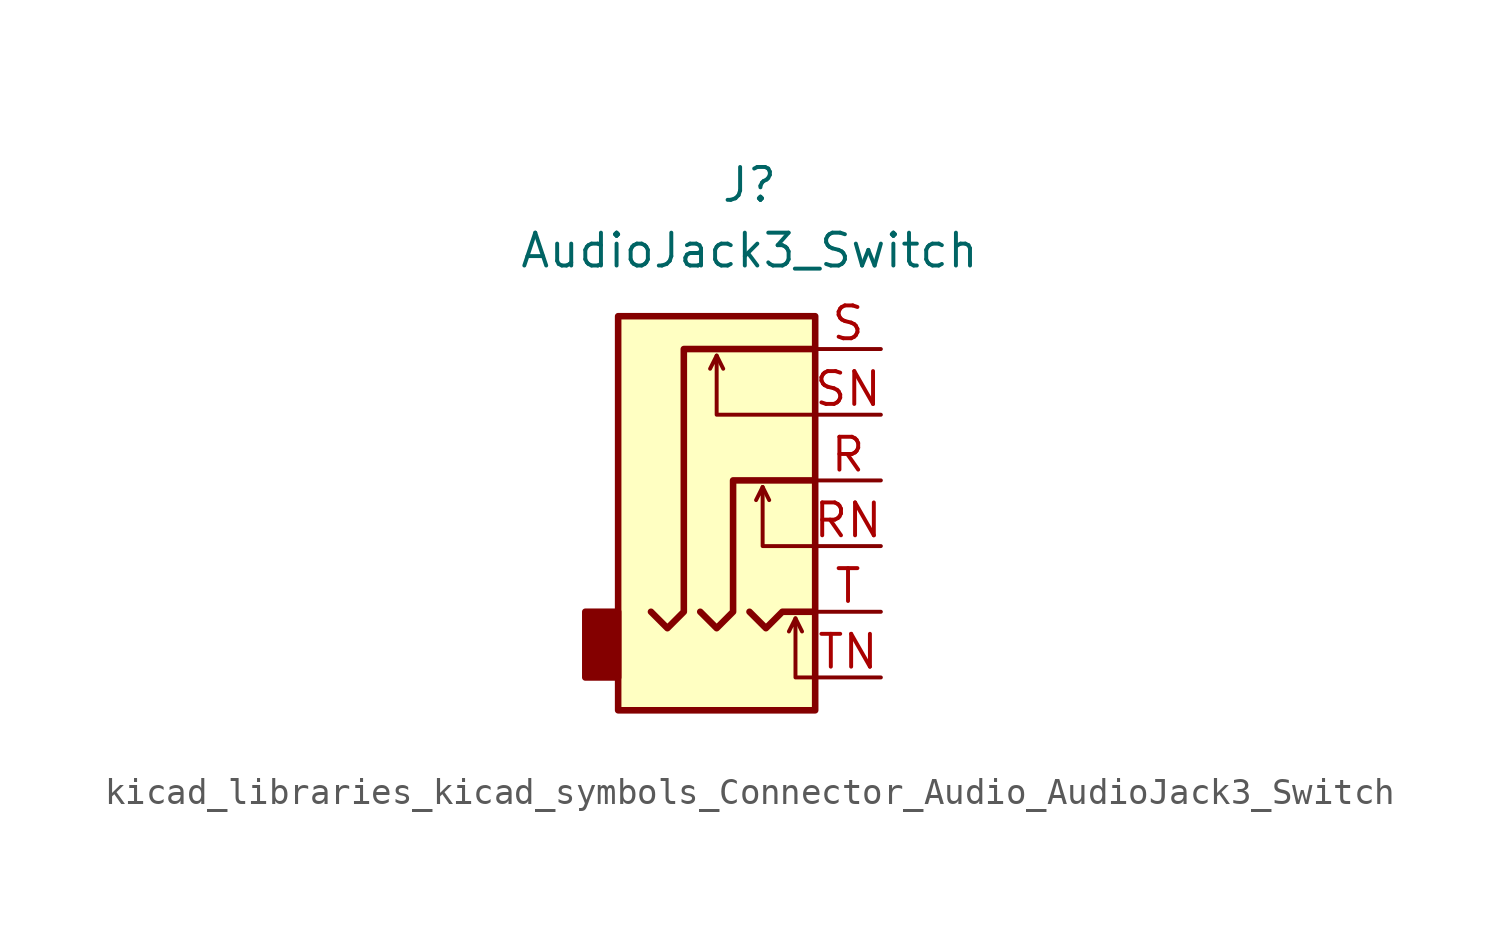
<source format=kicad_sym>
(kicad_symbol_lib
  (version 20220914)
  (generator kicad_symbol_editor)
  (symbol "kicad_libraries_kicad_symbols_Connector_Audio_AudioJack3_Switch"
    (property "Reference" "J"
      (at 0 11.43 0)
      (effects (font (size 1.27 1.27))))
    (property "Value" "AudioJack3_Switch"
      (at 0 8.89 0)
      (effects (font (size 1.27 1.27))))
    (symbol "kicad_libraries_kicad_symbols_Connector_Audio_AudioJack3_Switch_0_1"
      (rectangle (start -5.08 -5.08) (end -6.35 -7.62) (stroke (width 0.254) (type default)) (fill (type outline)))
      (polyline (pts (xy -1.27 4.826) (xy -1.016 4.318)) (stroke (width 0) (type default)) (fill (type none)))
      (polyline (pts (xy 0.508 -0.254) (xy 0.762 -0.762)) (stroke (width 0) (type default)) (fill (type none)))
      (polyline (pts (xy 1.778 -5.334) (xy 2.032 -5.842)) (stroke (width 0) (type default)) (fill (type none)))
      (polyline (pts (xy 0 -5.08) (xy 0.635 -5.715) (xy 1.27 -5.08) (xy 2.54 -5.08)) (stroke (width 0.254) (type default)) (fill (type none)))
      (polyline (pts (xy 2.54 -7.62) (xy 1.778 -7.62) (xy 1.778 -5.334) (xy 1.524 -5.842)) (stroke (width 0) (type default)) (fill (type none)))
      (polyline (pts (xy 2.54 -2.54) (xy 0.508 -2.54) (xy 0.508 -0.254) (xy 0.254 -0.762)) (stroke (width 0) (type default)) (fill (type none)))
      (polyline (pts (xy 2.54 2.54) (xy -1.27 2.54) (xy -1.27 4.826) (xy -1.524 4.318)) (stroke (width 0) (type default)) (fill (type none)))
      (polyline (pts (xy -1.905 -5.08) (xy -1.27 -5.715) (xy -0.635 -5.08) (xy -0.635 0) (xy 2.54 0)) (stroke (width 0.254) (type default)) (fill (type none)))
      (polyline (pts (xy 2.54 5.08) (xy -2.54 5.08) (xy -2.54 -5.08) (xy -3.175 -5.715) (xy -3.81 -5.08)) (stroke (width 0.254) (type default)) (fill (type none)))
      (rectangle (start 2.54 6.35) (end -5.08 -8.89) (stroke (width 0.254) (type default)) (fill (type background))))
    (symbol "kicad_libraries_kicad_symbols_Connector_Audio_AudioJack3_Switch_1_1"
      (pin passive line (at 5.08 0 180) (length 2.54) (name "~" (effects (font (size 1.27 1.27)))) (number "R" (effects (font (size 1.27 1.27)))))
      (pin passive line (at 5.08 -2.54 180) (length 2.54) (name "~" (effects (font (size 1.27 1.27)))) (number "RN" (effects (font (size 1.27 1.27)))))
      (pin passive line (at 5.08 5.08 180) (length 2.54) (name "~" (effects (font (size 1.27 1.27)))) (number "S" (effects (font (size 1.27 1.27)))))
      (pin passive line (at 5.08 2.54 180) (length 2.54) (name "~" (effects (font (size 1.27 1.27)))) (number "SN" (effects (font (size 1.27 1.27)))))
      (pin passive line (at 5.08 -5.08 180) (length 2.54) (name "~" (effects (font (size 1.27 1.27)))) (number "T" (effects (font (size 1.27 1.27)))))
      (pin passive line (at 5.08 -7.62 180) (length 2.54) (name "~" (effects (font (size 1.27 1.27)))) (number "TN" (effects (font (size 1.27 1.27))))))))
</source>
